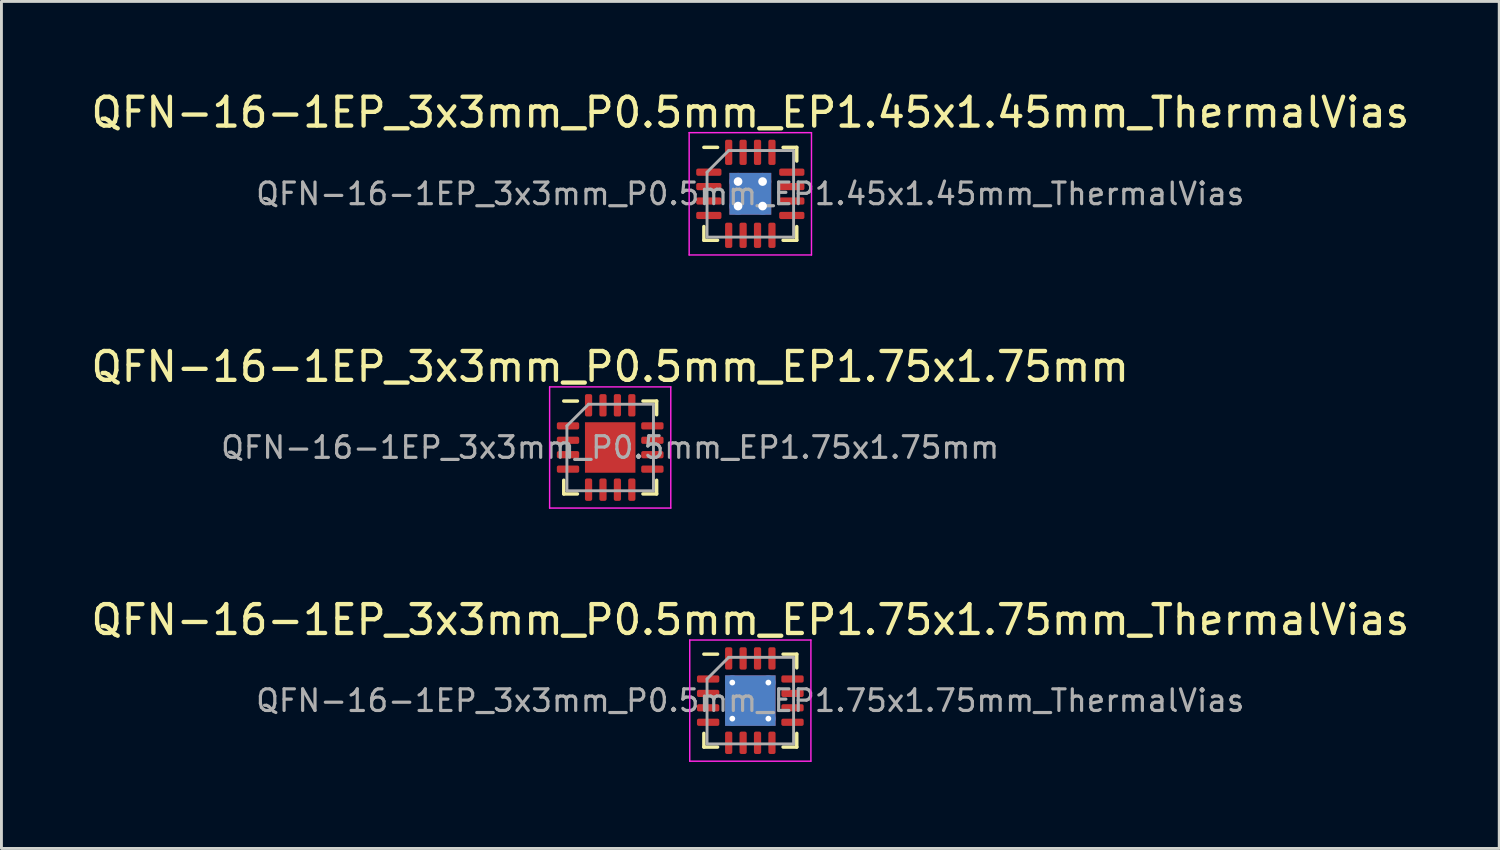
<source format=kicad_pcb>
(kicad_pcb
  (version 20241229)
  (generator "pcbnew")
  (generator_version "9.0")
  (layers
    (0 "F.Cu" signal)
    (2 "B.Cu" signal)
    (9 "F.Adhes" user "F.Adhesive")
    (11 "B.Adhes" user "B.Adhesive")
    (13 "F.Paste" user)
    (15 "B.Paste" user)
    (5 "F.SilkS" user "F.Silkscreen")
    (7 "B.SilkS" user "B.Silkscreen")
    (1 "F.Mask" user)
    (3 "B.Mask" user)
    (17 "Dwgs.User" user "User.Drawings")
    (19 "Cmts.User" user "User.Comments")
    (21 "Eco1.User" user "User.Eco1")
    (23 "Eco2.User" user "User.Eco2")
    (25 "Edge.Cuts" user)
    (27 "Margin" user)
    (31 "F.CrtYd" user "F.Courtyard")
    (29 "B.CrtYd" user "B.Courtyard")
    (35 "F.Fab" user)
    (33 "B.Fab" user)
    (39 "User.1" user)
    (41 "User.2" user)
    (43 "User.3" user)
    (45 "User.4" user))
  (footprint "QFN-16-1EP_3x3mm_P0.5mm_EP1.45x1.45mm_ThermalVias"
    (layer "F.Cu")
    (at 22.958 3.668)
    (property "Reference" "QFN-16-1EP_3x3mm_P0.5mm_EP1.45x1.45mm_ThermalVias" (at 0 -2.82 0) (layer "F.SilkS") (effects (font (size 1 1) (thickness 0.15))))
    (attr smd)
    (fp_line (start -1.61 1.61) (end -1.61 1.135) (stroke (width 0.12) (type solid)) (layer "F.SilkS"))
    (fp_line (start -1.135 -1.61) (end -1.61 -1.61) (stroke (width 0.12) (type solid)) (layer "F.SilkS"))
    (fp_line (start -1.135 1.61) (end -1.61 1.61) (stroke (width 0.12) (type solid)) (layer "F.SilkS"))
    (fp_line (start 1.135 -1.61) (end 1.61 -1.61) (stroke (width 0.12) (type solid)) (layer "F.SilkS"))
    (fp_line (start 1.135 1.61) (end 1.61 1.61) (stroke (width 0.12) (type solid)) (layer "F.SilkS"))
    (fp_line (start 1.61 -1.61) (end 1.61 -1.135) (stroke (width 0.12) (type solid)) (layer "F.SilkS"))
    (fp_line (start 1.61 1.61) (end 1.61 1.135) (stroke (width 0.12) (type solid)) (layer "F.SilkS"))
    (fp_line (start -2.12 -2.12) (end -2.12 2.12) (stroke (width 0.05) (type solid)) (layer "F.CrtYd"))
    (fp_line (start -2.12 2.12) (end 2.12 2.12) (stroke (width 0.05) (type solid)) (layer "F.CrtYd"))
    (fp_line (start 2.12 -2.12) (end -2.12 -2.12) (stroke (width 0.05) (type solid)) (layer "F.CrtYd"))
    (fp_line (start 2.12 2.12) (end 2.12 -2.12) (stroke (width 0.05) (type solid)) (layer "F.CrtYd"))
    (fp_line (start -1.5 -0.75) (end -0.75 -1.5) (stroke (width 0.1) (type solid)) (layer "F.Fab"))
    (fp_line (start -1.5 1.5) (end -1.5 -0.75) (stroke (width 0.1) (type solid)) (layer "F.Fab"))
    (fp_line (start -0.75 -1.5) (end 1.5 -1.5) (stroke (width 0.1) (type solid)) (layer "F.Fab"))
    (fp_line (start 1.5 -1.5) (end 1.5 1.5) (stroke (width 0.1) (type solid)) (layer "F.Fab"))
    (fp_line (start 1.5 1.5) (end -1.5 1.5) (stroke (width 0.1) (type solid)) (layer "F.Fab"))
    (fp_text user "${REFERENCE}" (at 0 0 0) (layer "F.Fab") (effects (font (size 0.75 0.75) (thickness 0.11))))
    (pad "" smd roundrect (at -0.36 -0.36) (size 0.63 0.63) (layers "F.Paste") (roundrect_rratio 0.25))
    (pad "" smd roundrect (at -0.36 0.36) (size 0.63 0.63) (layers "F.Paste") (roundrect_rratio 0.25))
    (pad "" smd roundrect (at 0.36 -0.36) (size 0.63 0.63) (layers "F.Paste") (roundrect_rratio 0.25))
    (pad "" smd roundrect (at 0.36 0.36) (size 0.63 0.63) (layers "F.Paste") (roundrect_rratio 0.25))
    (pad "1" smd roundrect (at -1.438 -0.75) (size 0.875 0.25) (layers "F.Cu" "F.Mask" "F.Paste") (roundrect_rratio 0.25))
    (pad "2" smd roundrect (at -1.438 -0.25) (size 0.875 0.25) (layers "F.Cu" "F.Mask" "F.Paste") (roundrect_rratio 0.25))
    (pad "3" smd roundrect (at -1.438 0.25) (size 0.875 0.25) (layers "F.Cu" "F.Mask" "F.Paste") (roundrect_rratio 0.25))
    (pad "4" smd roundrect (at -1.438 0.75) (size 0.875 0.25) (layers "F.Cu" "F.Mask" "F.Paste") (roundrect_rratio 0.25))
    (pad "5" smd roundrect (at -0.75 1.438) (size 0.25 0.875) (layers "F.Cu" "F.Mask" "F.Paste") (roundrect_rratio 0.25))
    (pad "6" smd roundrect (at -0.25 1.438) (size 0.25 0.875) (layers "F.Cu" "F.Mask" "F.Paste") (roundrect_rratio 0.25))
    (pad "7" smd roundrect (at 0.25 1.438) (size 0.25 0.875) (layers "F.Cu" "F.Mask" "F.Paste") (roundrect_rratio 0.25))
    (pad "8" smd roundrect (at 0.75 1.438) (size 0.25 0.875) (layers "F.Cu" "F.Mask" "F.Paste") (roundrect_rratio 0.25))
    (pad "9" smd roundrect (at 1.438 0.75) (size 0.875 0.25) (layers "F.Cu" "F.Mask" "F.Paste") (roundrect_rratio 0.25))
    (pad "10" smd roundrect (at 1.438 0.25) (size 0.875 0.25) (layers "F.Cu" "F.Mask" "F.Paste") (roundrect_rratio 0.25))
    (pad "11" smd roundrect (at 1.438 -0.25) (size 0.875 0.25) (layers "F.Cu" "F.Mask" "F.Paste") (roundrect_rratio 0.25))
    (pad "12" smd roundrect (at 1.438 -0.75) (size 0.875 0.25) (layers "F.Cu" "F.Mask" "F.Paste") (roundrect_rratio 0.25))
    (pad "13" smd roundrect (at 0.75 -1.438) (size 0.25 0.875) (layers "F.Cu" "F.Mask" "F.Paste") (roundrect_rratio 0.25))
    (pad "14" smd roundrect (at 0.25 -1.438) (size 0.25 0.875) (layers "F.Cu" "F.Mask" "F.Paste") (roundrect_rratio 0.25))
    (pad "15" smd roundrect (at -0.25 -1.438) (size 0.25 0.875) (layers "F.Cu" "F.Mask" "F.Paste") (roundrect_rratio 0.25))
    (pad "16" smd roundrect (at -0.75 -1.438) (size 0.25 0.875) (layers "F.Cu" "F.Mask" "F.Paste") (roundrect_rratio 0.25))
    (pad "17" thru_hole circle (at -0.425 -0.425) (size 0.6 0.6) (drill 0.3) (layers "*.Cu"))
    (pad "17" thru_hole circle (at -0.425 0.425) (size 0.6 0.6) (drill 0.3) (layers "*.Cu"))
    (pad "17" smd rect (at 0 0) (size 1.45 1.45) (layers "F.Cu" "F.Mask"))
    (pad "17" smd rect (at 0 0) (size 1.45 1.45) (layers "B.Cu"))
    (pad "17" thru_hole circle (at 0.425 -0.425) (size 0.6 0.6) (drill 0.3) (layers "*.Cu"))
    (pad "17" thru_hole circle (at 0.425 0.425) (size 0.6 0.6) (drill 0.3) (layers "*.Cu")))
  (footprint "QFN-16-1EP_3x3mm_P0.5mm_EP1.75x1.75mm"
    (layer "F.Cu")
    (at 18.101 12.461)
    (property "Reference" "QFN-16-1EP_3x3mm_P0.5mm_EP1.75x1.75mm" (at 0 -2.8 0) (layer "F.SilkS") (effects (font (size 1 1) (thickness 0.15))))
    (attr smd)
    (fp_line (start -1.61 1.61) (end -1.61 1.135) (stroke (width 0.12) (type solid)) (layer "F.SilkS"))
    (fp_line (start -1.135 -1.61) (end -1.61 -1.61) (stroke (width 0.12) (type solid)) (layer "F.SilkS"))
    (fp_line (start -1.135 1.61) (end -1.61 1.61) (stroke (width 0.12) (type solid)) (layer "F.SilkS"))
    (fp_line (start 1.135 -1.61) (end 1.61 -1.61) (stroke (width 0.12) (type solid)) (layer "F.SilkS"))
    (fp_line (start 1.135 1.61) (end 1.61 1.61) (stroke (width 0.12) (type solid)) (layer "F.SilkS"))
    (fp_line (start 1.61 -1.61) (end 1.61 -1.135) (stroke (width 0.12) (type solid)) (layer "F.SilkS"))
    (fp_line (start 1.61 1.61) (end 1.61 1.135) (stroke (width 0.12) (type solid)) (layer "F.SilkS"))
    (fp_line (start -2.1 -2.1) (end -2.1 2.1) (stroke (width 0.05) (type solid)) (layer "F.CrtYd"))
    (fp_line (start -2.1 2.1) (end 2.1 2.1) (stroke (width 0.05) (type solid)) (layer "F.CrtYd"))
    (fp_line (start 2.1 -2.1) (end -2.1 -2.1) (stroke (width 0.05) (type solid)) (layer "F.CrtYd"))
    (fp_line (start 2.1 2.1) (end 2.1 -2.1) (stroke (width 0.05) (type solid)) (layer "F.CrtYd"))
    (fp_line (start -1.5 -0.75) (end -0.75 -1.5) (stroke (width 0.1) (type solid)) (layer "F.Fab"))
    (fp_line (start -1.5 1.5) (end -1.5 -0.75) (stroke (width 0.1) (type solid)) (layer "F.Fab"))
    (fp_line (start -0.75 -1.5) (end 1.5 -1.5) (stroke (width 0.1) (type solid)) (layer "F.Fab"))
    (fp_line (start 1.5 -1.5) (end 1.5 1.5) (stroke (width 0.1) (type solid)) (layer "F.Fab"))
    (fp_line (start 1.5 1.5) (end -1.5 1.5) (stroke (width 0.1) (type solid)) (layer "F.Fab"))
    (fp_text user "${REFERENCE}" (at 0 0 0) (layer "F.Fab") (effects (font (size 0.75 0.75) (thickness 0.11))))
    (pad "" smd roundrect (at -0.44 -0.44) (size 0.71 0.71) (layers "F.Paste") (roundrect_rratio 0.25))
    (pad "" smd roundrect (at -0.44 0.44) (size 0.71 0.71) (layers "F.Paste") (roundrect_rratio 0.25))
    (pad "" smd roundrect (at 0.44 -0.44) (size 0.71 0.71) (layers "F.Paste") (roundrect_rratio 0.25))
    (pad "" smd roundrect (at 0.44 0.44) (size 0.71 0.71) (layers "F.Paste") (roundrect_rratio 0.25))
    (pad "1" smd roundrect (at -1.462 -0.75) (size 0.775 0.25) (layers "F.Cu" "F.Mask" "F.Paste") (roundrect_rratio 0.25))
    (pad "2" smd roundrect (at -1.462 -0.25) (size 0.775 0.25) (layers "F.Cu" "F.Mask" "F.Paste") (roundrect_rratio 0.25))
    (pad "3" smd roundrect (at -1.462 0.25) (size 0.775 0.25) (layers "F.Cu" "F.Mask" "F.Paste") (roundrect_rratio 0.25))
    (pad "4" smd roundrect (at -1.462 0.75) (size 0.775 0.25) (layers "F.Cu" "F.Mask" "F.Paste") (roundrect_rratio 0.25))
    (pad "5" smd roundrect (at -0.75 1.462) (size 0.25 0.775) (layers "F.Cu" "F.Mask" "F.Paste") (roundrect_rratio 0.25))
    (pad "6" smd roundrect (at -0.25 1.462) (size 0.25 0.775) (layers "F.Cu" "F.Mask" "F.Paste") (roundrect_rratio 0.25))
    (pad "7" smd roundrect (at 0.25 1.462) (size 0.25 0.775) (layers "F.Cu" "F.Mask" "F.Paste") (roundrect_rratio 0.25))
    (pad "8" smd roundrect (at 0.75 1.462) (size 0.25 0.775) (layers "F.Cu" "F.Mask" "F.Paste") (roundrect_rratio 0.25))
    (pad "9" smd roundrect (at 1.462 0.75) (size 0.775 0.25) (layers "F.Cu" "F.Mask" "F.Paste") (roundrect_rratio 0.25))
    (pad "10" smd roundrect (at 1.462 0.25) (size 0.775 0.25) (layers "F.Cu" "F.Mask" "F.Paste") (roundrect_rratio 0.25))
    (pad "11" smd roundrect (at 1.462 -0.25) (size 0.775 0.25) (layers "F.Cu" "F.Mask" "F.Paste") (roundrect_rratio 0.25))
    (pad "12" smd roundrect (at 1.462 -0.75) (size 0.775 0.25) (layers "F.Cu" "F.Mask" "F.Paste") (roundrect_rratio 0.25))
    (pad "13" smd roundrect (at 0.75 -1.462) (size 0.25 0.775) (layers "F.Cu" "F.Mask" "F.Paste") (roundrect_rratio 0.25))
    (pad "14" smd roundrect (at 0.25 -1.462) (size 0.25 0.775) (layers "F.Cu" "F.Mask" "F.Paste") (roundrect_rratio 0.25))
    (pad "15" smd roundrect (at -0.25 -1.462) (size 0.25 0.775) (layers "F.Cu" "F.Mask" "F.Paste") (roundrect_rratio 0.25))
    (pad "16" smd roundrect (at -0.75 -1.462) (size 0.25 0.775) (layers "F.Cu" "F.Mask" "F.Paste") (roundrect_rratio 0.25))
    (pad "17" smd rect (at 0 0) (size 1.75 1.75) (layers "F.Cu" "F.Mask")))
  (footprint "QFN-16-1EP_3x3mm_P0.5mm_EP1.75x1.75mm_ThermalVias"
    (layer "F.Cu")
    (at 22.958 21.235)
    (property "Reference" "QFN-16-1EP_3x3mm_P0.5mm_EP1.75x1.75mm_ThermalVias" (at 0 -2.8 0) (layer "F.SilkS") (effects (font (size 1 1) (thickness 0.15))))
    (attr smd)
    (fp_line (start -1.61 1.61) (end -1.61 1.135) (stroke (width 0.12) (type solid)) (layer "F.SilkS"))
    (fp_line (start -1.135 -1.61) (end -1.61 -1.61) (stroke (width 0.12) (type solid)) (layer "F.SilkS"))
    (fp_line (start -1.135 1.61) (end -1.61 1.61) (stroke (width 0.12) (type solid)) (layer "F.SilkS"))
    (fp_line (start 1.135 -1.61) (end 1.61 -1.61) (stroke (width 0.12) (type solid)) (layer "F.SilkS"))
    (fp_line (start 1.135 1.61) (end 1.61 1.61) (stroke (width 0.12) (type solid)) (layer "F.SilkS"))
    (fp_line (start 1.61 -1.61) (end 1.61 -1.135) (stroke (width 0.12) (type solid)) (layer "F.SilkS"))
    (fp_line (start 1.61 1.61) (end 1.61 1.135) (stroke (width 0.12) (type solid)) (layer "F.SilkS"))
    (fp_line (start -2.1 -2.1) (end -2.1 2.1) (stroke (width 0.05) (type solid)) (layer "F.CrtYd"))
    (fp_line (start -2.1 2.1) (end 2.1 2.1) (stroke (width 0.05) (type solid)) (layer "F.CrtYd"))
    (fp_line (start 2.1 -2.1) (end -2.1 -2.1) (stroke (width 0.05) (type solid)) (layer "F.CrtYd"))
    (fp_line (start 2.1 2.1) (end 2.1 -2.1) (stroke (width 0.05) (type solid)) (layer "F.CrtYd"))
    (fp_line (start -1.5 -0.75) (end -0.75 -1.5) (stroke (width 0.1) (type solid)) (layer "F.Fab"))
    (fp_line (start -1.5 1.5) (end -1.5 -0.75) (stroke (width 0.1) (type solid)) (layer "F.Fab"))
    (fp_line (start -0.75 -1.5) (end 1.5 -1.5) (stroke (width 0.1) (type solid)) (layer "F.Fab"))
    (fp_line (start 1.5 -1.5) (end 1.5 1.5) (stroke (width 0.1) (type solid)) (layer "F.Fab"))
    (fp_line (start 1.5 1.5) (end -1.5 1.5) (stroke (width 0.1) (type solid)) (layer "F.Fab"))
    (fp_text user "${REFERENCE}" (at 0 0 0) (layer "F.Fab") (effects (font (size 0.75 0.75) (thickness 0.11))))
    (pad "" smd roundrect (at -0.44 -0.44) (size 0.76 0.76) (layers "F.Paste") (roundrect_rratio 0.25))
    (pad "" smd roundrect (at -0.44 0.44) (size 0.76 0.76) (layers "F.Paste") (roundrect_rratio 0.25))
    (pad "" smd roundrect (at 0.44 -0.44) (size 0.76 0.76) (layers "F.Paste") (roundrect_rratio 0.25))
    (pad "" smd roundrect (at 0.44 0.44) (size 0.76 0.76) (layers "F.Paste") (roundrect_rratio 0.25))
    (pad "1" smd roundrect (at -1.462 -0.75) (size 0.775 0.25) (layers "F.Cu" "F.Mask" "F.Paste") (roundrect_rratio 0.25))
    (pad "2" smd roundrect (at -1.462 -0.25) (size 0.775 0.25) (layers "F.Cu" "F.Mask" "F.Paste") (roundrect_rratio 0.25))
    (pad "3" smd roundrect (at -1.462 0.25) (size 0.775 0.25) (layers "F.Cu" "F.Mask" "F.Paste") (roundrect_rratio 0.25))
    (pad "4" smd roundrect (at -1.462 0.75) (size 0.775 0.25) (layers "F.Cu" "F.Mask" "F.Paste") (roundrect_rratio 0.25))
    (pad "5" smd roundrect (at -0.75 1.462) (size 0.25 0.775) (layers "F.Cu" "F.Mask" "F.Paste") (roundrect_rratio 0.25))
    (pad "6" smd roundrect (at -0.25 1.462) (size 0.25 0.775) (layers "F.Cu" "F.Mask" "F.Paste") (roundrect_rratio 0.25))
    (pad "7" smd roundrect (at 0.25 1.462) (size 0.25 0.775) (layers "F.Cu" "F.Mask" "F.Paste") (roundrect_rratio 0.25))
    (pad "8" smd roundrect (at 0.75 1.462) (size 0.25 0.775) (layers "F.Cu" "F.Mask" "F.Paste") (roundrect_rratio 0.25))
    (pad "9" smd roundrect (at 1.462 0.75) (size 0.775 0.25) (layers "F.Cu" "F.Mask" "F.Paste") (roundrect_rratio 0.25))
    (pad "10" smd roundrect (at 1.462 0.25) (size 0.775 0.25) (layers "F.Cu" "F.Mask" "F.Paste") (roundrect_rratio 0.25))
    (pad "11" smd roundrect (at 1.462 -0.25) (size 0.775 0.25) (layers "F.Cu" "F.Mask" "F.Paste") (roundrect_rratio 0.25))
    (pad "12" smd roundrect (at 1.462 -0.75) (size 0.775 0.25) (layers "F.Cu" "F.Mask" "F.Paste") (roundrect_rratio 0.25))
    (pad "13" smd roundrect (at 0.75 -1.462) (size 0.25 0.775) (layers "F.Cu" "F.Mask" "F.Paste") (roundrect_rratio 0.25))
    (pad "14" smd roundrect (at 0.25 -1.462) (size 0.25 0.775) (layers "F.Cu" "F.Mask" "F.Paste") (roundrect_rratio 0.25))
    (pad "15" smd roundrect (at -0.25 -1.462) (size 0.25 0.775) (layers "F.Cu" "F.Mask" "F.Paste") (roundrect_rratio 0.25))
    (pad "16" smd roundrect (at -0.75 -1.462) (size 0.25 0.775) (layers "F.Cu" "F.Mask" "F.Paste") (roundrect_rratio 0.25))
    (pad "17" thru_hole circle (at -0.625 -0.625) (size 0.5 0.5) (drill 0.2) (layers "*.Cu"))
    (pad "17" thru_hole circle (at -0.625 0.625) (size 0.5 0.5) (drill 0.2) (layers "*.Cu"))
    (pad "17" smd rect (at 0 0) (size 1.75 1.75) (layers "F.Cu" "F.Mask"))
    (pad "17" smd rect (at 0 0) (size 1.75 1.75) (layers "B.Cu"))
    (pad "17" thru_hole circle (at 0.625 -0.625) (size 0.5 0.5) (drill 0.2) (layers "*.Cu"))
    (pad "17" thru_hole circle (at 0.625 0.625) (size 0.5 0.5) (drill 0.2) (layers "*.Cu")))
  (gr_rect
    (start -3 -3)
    (end 48.917 26.36)
    (stroke (width 0.1) (type default))
    (fill no)
    (layer "Edge.Cuts")))
</source>
